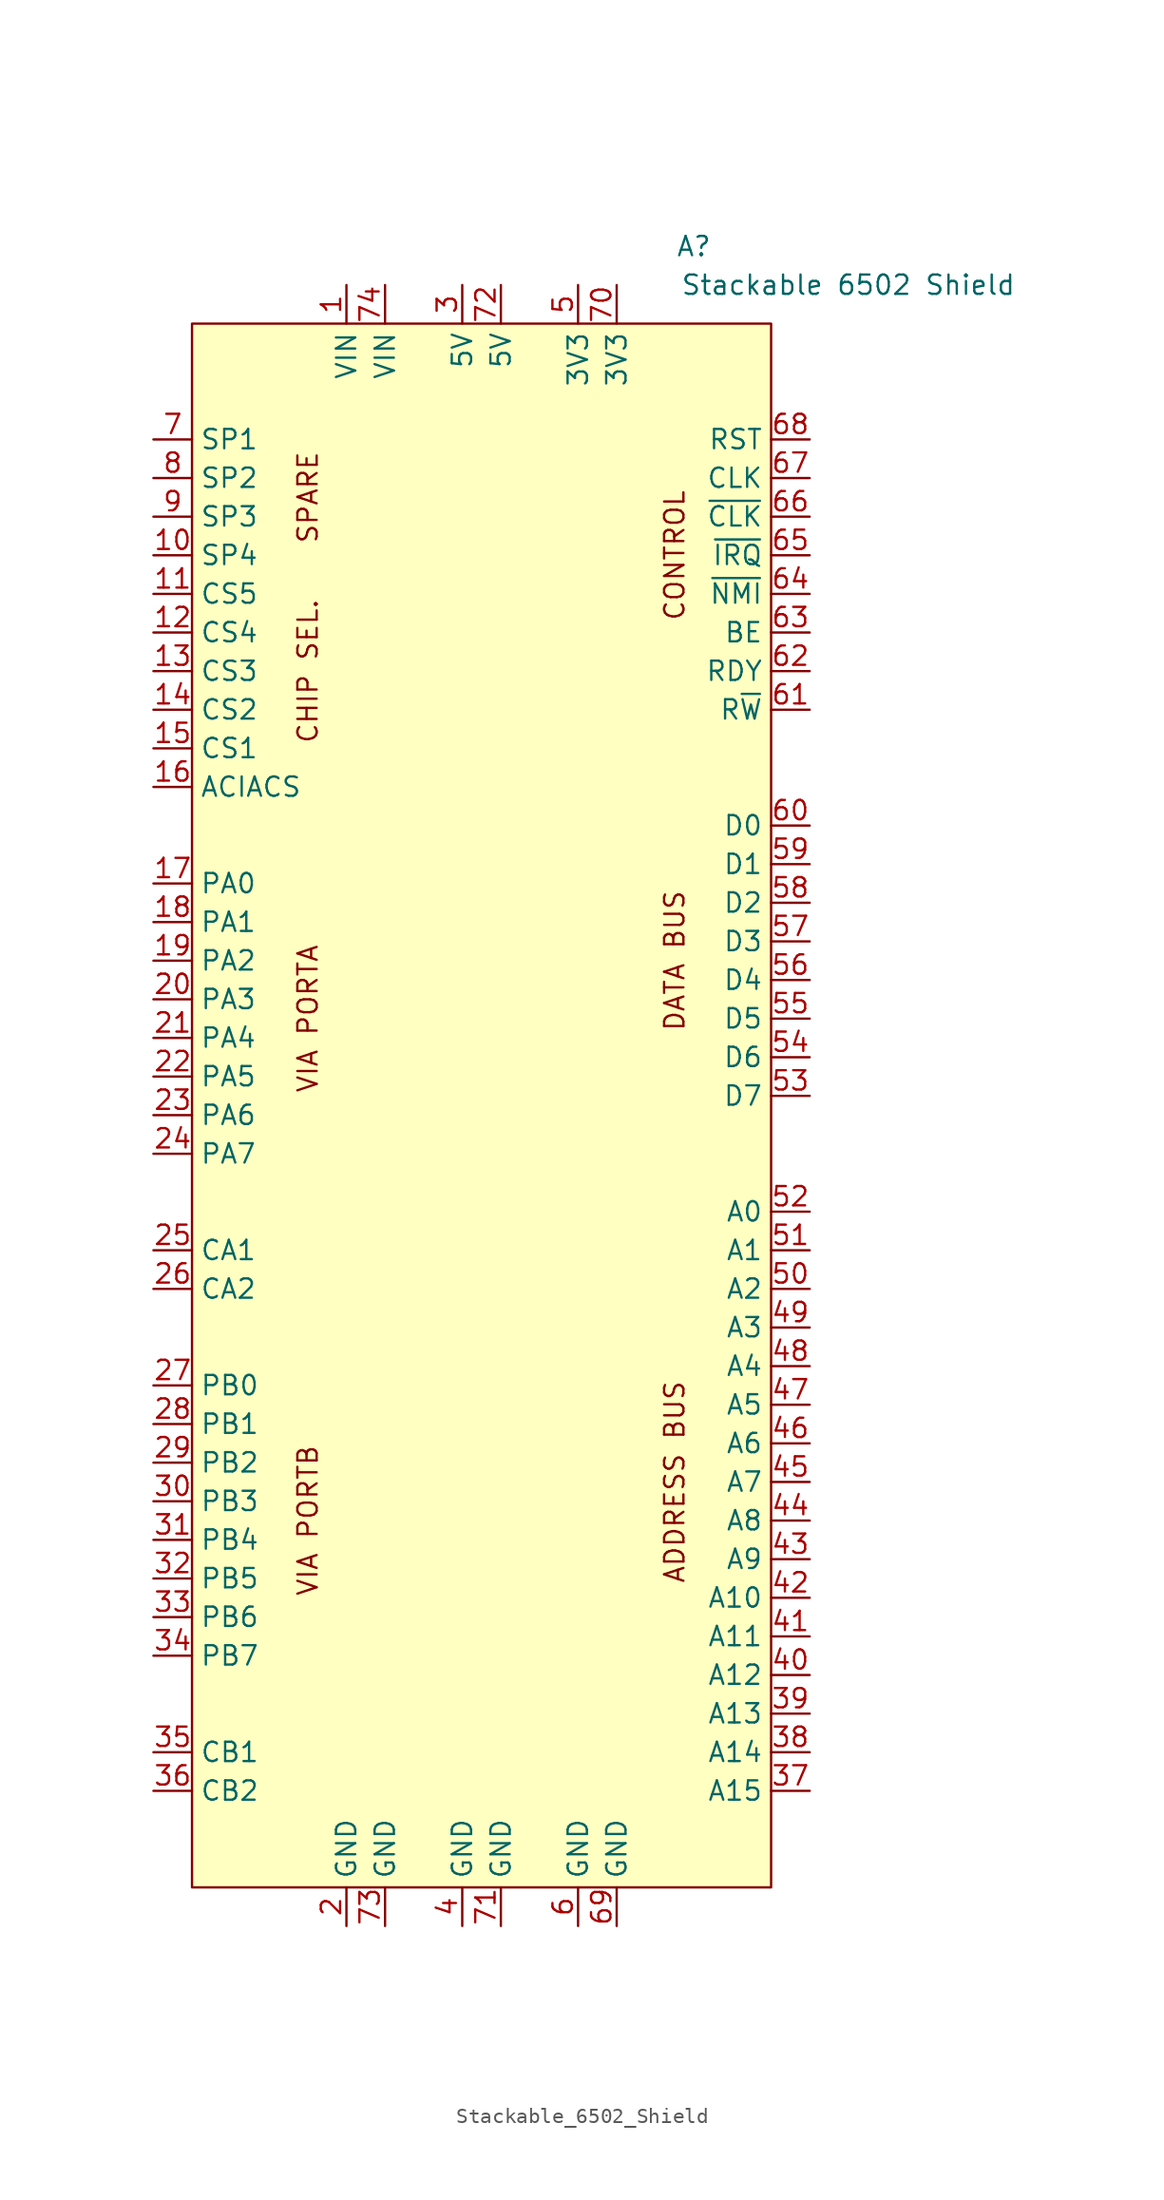
<source format=kicad_sym>
(kicad_symbol_lib
  (version 20220914)
  (generator kicad_symbol_editor)
  (symbol "Stackable_6502_Shield"
    (property "Reference" "A"
      (at 13.97 2.54 0)
      (effects (font (size 1.27 1.27))))
    (property "Value" "Stackable 6502 Shield"
      (at 24.13 0 0)
      (effects (font (size 1.27 1.27))))
    (symbol "Stackable_6502_Shield_1_1"
      (rectangle (start -19.05 -2.54) (end 19.05 -105.41) (stroke (width 0) (type default)) (fill (type background)))
      (text "ADDRESS BUS" (at 12.7 -78.74 900) (effects (font (size 1.27 1.27))))
      (text "CHIP SEL." (at -11.43 -25.4 900) (effects (font (size 1.27 1.27))))
      (text "CONTROL" (at 12.7 -17.78 900) (effects (font (size 1.27 1.27))))
      (text "DATA BUS" (at 12.7 -44.45 900) (effects (font (size 1.27 1.27))))
      (text "SPARE" (at -11.43 -13.97 900) (effects (font (size 1.27 1.27))))
      (text "VIA PORTA" (at -11.43 -48.26 900) (effects (font (size 1.27 1.27))))
      (text "VIA PORTB" (at -11.43 -81.28 900) (effects (font (size 1.27 1.27))))
      (pin power_in line (at -8.89 0 270) (length 2.54) (name "VIN" (effects (font (size 1.27 1.27)))) (number "1" (effects (font (size 1.27 1.27)))))
      (pin bidirectional line (at -21.59 -17.78 0) (length 2.54) (name "SP4" (effects (font (size 1.27 1.27)))) (number "10" (effects (font (size 1.27 1.27)))))
      (pin input line (at -21.59 -20.32 0) (length 2.54) (name "CS5" (effects (font (size 1.27 1.27)))) (number "11" (effects (font (size 1.27 1.27)))))
      (pin input line (at -21.59 -22.86 0) (length 2.54) (name "CS4" (effects (font (size 1.27 1.27)))) (number "12" (effects (font (size 1.27 1.27)))))
      (pin input line (at -21.59 -25.4 0) (length 2.54) (name "CS3" (effects (font (size 1.27 1.27)))) (number "13" (effects (font (size 1.27 1.27)))))
      (pin input line (at -21.59 -27.94 0) (length 2.54) (name "CS2" (effects (font (size 1.27 1.27)))) (number "14" (effects (font (size 1.27 1.27)))))
      (pin input line (at -21.59 -30.48 0) (length 2.54) (name "CS1" (effects (font (size 1.27 1.27)))) (number "15" (effects (font (size 1.27 1.27)))))
      (pin input line (at -21.59 -33.02 0) (length 2.54) (name "ACIACS" (effects (font (size 1.27 1.27)))) (number "16" (effects (font (size 1.27 1.27)))))
      (pin bidirectional line (at -21.59 -39.37 0) (length 2.54) (name "PA0" (effects (font (size 1.27 1.27)))) (number "17" (effects (font (size 1.27 1.27)))))
      (pin bidirectional line (at -21.59 -41.91 0) (length 2.54) (name "PA1" (effects (font (size 1.27 1.27)))) (number "18" (effects (font (size 1.27 1.27)))))
      (pin bidirectional line (at -21.59 -44.45 0) (length 2.54) (name "PA2" (effects (font (size 1.27 1.27)))) (number "19" (effects (font (size 1.27 1.27)))))
      (pin power_in line (at -8.89 -107.95 90) (length 2.54) (name "GND" (effects (font (size 1.27 1.27)))) (number "2" (effects (font (size 1.27 1.27)))))
      (pin bidirectional line (at -21.59 -46.99 0) (length 2.54) (name "PA3" (effects (font (size 1.27 1.27)))) (number "20" (effects (font (size 1.27 1.27)))))
      (pin bidirectional line (at -21.59 -49.53 0) (length 2.54) (name "PA4" (effects (font (size 1.27 1.27)))) (number "21" (effects (font (size 1.27 1.27)))))
      (pin bidirectional line (at -21.59 -52.07 0) (length 2.54) (name "PA5" (effects (font (size 1.27 1.27)))) (number "22" (effects (font (size 1.27 1.27)))))
      (pin bidirectional line (at -21.59 -54.61 0) (length 2.54) (name "PA6" (effects (font (size 1.27 1.27)))) (number "23" (effects (font (size 1.27 1.27)))))
      (pin bidirectional line (at -21.59 -57.15 0) (length 2.54) (name "PA7" (effects (font (size 1.27 1.27)))) (number "24" (effects (font (size 1.27 1.27)))))
      (pin bidirectional line (at -21.59 -63.5 0) (length 2.54) (name "CA1" (effects (font (size 1.27 1.27)))) (number "25" (effects (font (size 1.27 1.27)))))
      (pin bidirectional line (at -21.59 -66.04 0) (length 2.54) (name "CA2" (effects (font (size 1.27 1.27)))) (number "26" (effects (font (size 1.27 1.27)))))
      (pin bidirectional line (at -21.59 -72.39 0) (length 2.54) (name "PB0" (effects (font (size 1.27 1.27)))) (number "27" (effects (font (size 1.27 1.27)))))
      (pin bidirectional line (at -21.59 -74.93 0) (length 2.54) (name "PB1" (effects (font (size 1.27 1.27)))) (number "28" (effects (font (size 1.27 1.27)))))
      (pin bidirectional line (at -21.59 -77.47 0) (length 2.54) (name "PB2" (effects (font (size 1.27 1.27)))) (number "29" (effects (font (size 1.27 1.27)))))
      (pin power_in line (at -1.27 0 270) (length 2.54) (name "5V" (effects (font (size 1.27 1.27)))) (number "3" (effects (font (size 1.27 1.27)))))
      (pin bidirectional line (at -21.59 -80.01 0) (length 2.54) (name "PB3" (effects (font (size 1.27 1.27)))) (number "30" (effects (font (size 1.27 1.27)))))
      (pin bidirectional line (at -21.59 -82.55 0) (length 2.54) (name "PB4" (effects (font (size 1.27 1.27)))) (number "31" (effects (font (size 1.27 1.27)))))
      (pin bidirectional line (at -21.59 -85.09 0) (length 2.54) (name "PB5" (effects (font (size 1.27 1.27)))) (number "32" (effects (font (size 1.27 1.27)))))
      (pin bidirectional line (at -21.59 -87.63 0) (length 2.54) (name "PB6" (effects (font (size 1.27 1.27)))) (number "33" (effects (font (size 1.27 1.27)))))
      (pin bidirectional line (at -21.59 -90.17 0) (length 2.54) (name "PB7" (effects (font (size 1.27 1.27)))) (number "34" (effects (font (size 1.27 1.27)))))
      (pin bidirectional line (at -21.59 -96.52 0) (length 2.54) (name "CB1" (effects (font (size 1.27 1.27)))) (number "35" (effects (font (size 1.27 1.27)))))
      (pin bidirectional line (at -21.59 -99.06 0) (length 2.54) (name "CB2" (effects (font (size 1.27 1.27)))) (number "36" (effects (font (size 1.27 1.27)))))
      (pin bidirectional line (at 21.59 -99.06 180) (length 2.54) (name "A15" (effects (font (size 1.27 1.27)))) (number "37" (effects (font (size 1.27 1.27)))))
      (pin bidirectional line (at 21.59 -96.52 180) (length 2.54) (name "A14" (effects (font (size 1.27 1.27)))) (number "38" (effects (font (size 1.27 1.27)))))
      (pin bidirectional line (at 21.59 -93.98 180) (length 2.54) (name "A13" (effects (font (size 1.27 1.27)))) (number "39" (effects (font (size 1.27 1.27)))))
      (pin power_in line (at -1.27 -107.95 90) (length 2.54) (name "GND" (effects (font (size 1.27 1.27)))) (number "4" (effects (font (size 1.27 1.27)))))
      (pin bidirectional line (at 21.59 -91.44 180) (length 2.54) (name "A12" (effects (font (size 1.27 1.27)))) (number "40" (effects (font (size 1.27 1.27)))))
      (pin bidirectional line (at 21.59 -88.9 180) (length 2.54) (name "A11" (effects (font (size 1.27 1.27)))) (number "41" (effects (font (size 1.27 1.27)))))
      (pin bidirectional line (at 21.59 -86.36 180) (length 2.54) (name "A10" (effects (font (size 1.27 1.27)))) (number "42" (effects (font (size 1.27 1.27)))))
      (pin bidirectional line (at 21.59 -83.82 180) (length 2.54) (name "A9" (effects (font (size 1.27 1.27)))) (number "43" (effects (font (size 1.27 1.27)))))
      (pin bidirectional line (at 21.59 -81.28 180) (length 2.54) (name "A8" (effects (font (size 1.27 1.27)))) (number "44" (effects (font (size 1.27 1.27)))))
      (pin bidirectional line (at 21.59 -78.74 180) (length 2.54) (name "A7" (effects (font (size 1.27 1.27)))) (number "45" (effects (font (size 1.27 1.27)))))
      (pin bidirectional line (at 21.59 -76.2 180) (length 2.54) (name "A6" (effects (font (size 1.27 1.27)))) (number "46" (effects (font (size 1.27 1.27)))))
      (pin bidirectional line (at 21.59 -73.66 180) (length 2.54) (name "A5" (effects (font (size 1.27 1.27)))) (number "47" (effects (font (size 1.27 1.27)))))
      (pin bidirectional line (at 21.59 -71.12 180) (length 2.54) (name "A4" (effects (font (size 1.27 1.27)))) (number "48" (effects (font (size 1.27 1.27)))))
      (pin bidirectional line (at 21.59 -68.58 180) (length 2.54) (name "A3" (effects (font (size 1.27 1.27)))) (number "49" (effects (font (size 1.27 1.27)))))
      (pin power_in line (at 6.35 0 270) (length 2.54) (name "3V3" (effects (font (size 1.27 1.27)))) (number "5" (effects (font (size 1.27 1.27)))))
      (pin bidirectional line (at 21.59 -66.04 180) (length 2.54) (name "A2" (effects (font (size 1.27 1.27)))) (number "50" (effects (font (size 1.27 1.27)))))
      (pin bidirectional line (at 21.59 -63.5 180) (length 2.54) (name "A1" (effects (font (size 1.27 1.27)))) (number "51" (effects (font (size 1.27 1.27)))))
      (pin bidirectional line (at 21.59 -60.96 180) (length 2.54) (name "A0" (effects (font (size 1.27 1.27)))) (number "52" (effects (font (size 1.27 1.27)))))
      (pin bidirectional line (at 21.59 -53.34 180) (length 2.54) (name "D7" (effects (font (size 1.27 1.27)))) (number "53" (effects (font (size 1.27 1.27)))))
      (pin bidirectional line (at 21.59 -50.8 180) (length 2.54) (name "D6" (effects (font (size 1.27 1.27)))) (number "54" (effects (font (size 1.27 1.27)))))
      (pin bidirectional line (at 21.59 -48.26 180) (length 2.54) (name "D5" (effects (font (size 1.27 1.27)))) (number "55" (effects (font (size 1.27 1.27)))))
      (pin bidirectional line (at 21.59 -45.72 180) (length 2.54) (name "D4" (effects (font (size 1.27 1.27)))) (number "56" (effects (font (size 1.27 1.27)))))
      (pin bidirectional line (at 21.59 -43.18 180) (length 2.54) (name "D3" (effects (font (size 1.27 1.27)))) (number "57" (effects (font (size 1.27 1.27)))))
      (pin bidirectional line (at 21.59 -40.64 180) (length 2.54) (name "D2" (effects (font (size 1.27 1.27)))) (number "58" (effects (font (size 1.27 1.27)))))
      (pin bidirectional line (at 21.59 -38.1 180) (length 2.54) (name "D1" (effects (font (size 1.27 1.27)))) (number "59" (effects (font (size 1.27 1.27)))))
      (pin power_in line (at 6.35 -107.95 90) (length 2.54) (name "GND" (effects (font (size 1.27 1.27)))) (number "6" (effects (font (size 1.27 1.27)))))
      (pin bidirectional line (at 21.59 -35.56 180) (length 2.54) (name "D0" (effects (font (size 1.27 1.27)))) (number "60" (effects (font (size 1.27 1.27)))))
      (pin input line (at 21.59 -27.94 180) (length 2.54) (name "R~{W}" (effects (font (size 1.27 1.27)))) (number "61" (effects (font (size 1.27 1.27)))))
      (pin output line (at 21.59 -25.4 180) (length 2.54) (name "RDY" (effects (font (size 1.27 1.27)))) (number "62" (effects (font (size 1.27 1.27)))))
      (pin output line (at 21.59 -22.86 180) (length 2.54) (name "BE" (effects (font (size 1.27 1.27)))) (number "63" (effects (font (size 1.27 1.27)))))
      (pin output line (at 21.59 -20.32 180) (length 2.54) (name "~{NMI}" (effects (font (size 1.27 1.27)))) (number "64" (effects (font (size 1.27 1.27)))))
      (pin output line (at 21.59 -17.78 180) (length 2.54) (name "~{IRQ}" (effects (font (size 1.27 1.27)))) (number "65" (effects (font (size 1.27 1.27)))))
      (pin input line (at 21.59 -15.24 180) (length 2.54) (name "~{CLK}" (effects (font (size 1.27 1.27)))) (number "66" (effects (font (size 1.27 1.27)))))
      (pin input line (at 21.59 -12.7 180) (length 2.54) (name "CLK" (effects (font (size 1.27 1.27)))) (number "67" (effects (font (size 1.27 1.27)))))
      (pin input line (at 21.59 -10.16 180) (length 2.54) (name "RST" (effects (font (size 1.27 1.27)))) (number "68" (effects (font (size 1.27 1.27)))))
      (pin power_in line (at 8.89 -107.95 90) (length 2.54) (name "GND" (effects (font (size 1.27 1.27)))) (number "69" (effects (font (size 1.27 1.27)))))
      (pin bidirectional line (at -21.59 -10.16 0) (length 2.54) (name "SP1" (effects (font (size 1.27 1.27)))) (number "7" (effects (font (size 1.27 1.27)))))
      (pin power_in line (at 8.89 0 270) (length 2.54) (name "3V3" (effects (font (size 1.27 1.27)))) (number "70" (effects (font (size 1.27 1.27)))))
      (pin power_in line (at 1.27 -107.95 90) (length 2.54) (name "GND" (effects (font (size 1.27 1.27)))) (number "71" (effects (font (size 1.27 1.27)))))
      (pin power_in line (at 1.27 0 270) (length 2.54) (name "5V" (effects (font (size 1.27 1.27)))) (number "72" (effects (font (size 1.27 1.27)))))
      (pin power_in line (at -6.35 -107.95 90) (length 2.54) (name "GND" (effects (font (size 1.27 1.27)))) (number "73" (effects (font (size 1.27 1.27)))))
      (pin power_in line (at -6.35 0 270) (length 2.54) (name "VIN" (effects (font (size 1.27 1.27)))) (number "74" (effects (font (size 1.27 1.27)))))
      (pin bidirectional line (at -21.59 -12.7 0) (length 2.54) (name "SP2" (effects (font (size 1.27 1.27)))) (number "8" (effects (font (size 1.27 1.27)))))
      (pin bidirectional line (at -21.59 -15.24 0) (length 2.54) (name "SP3" (effects (font (size 1.27 1.27)))) (number "9" (effects (font (size 1.27 1.27))))))))
</source>
